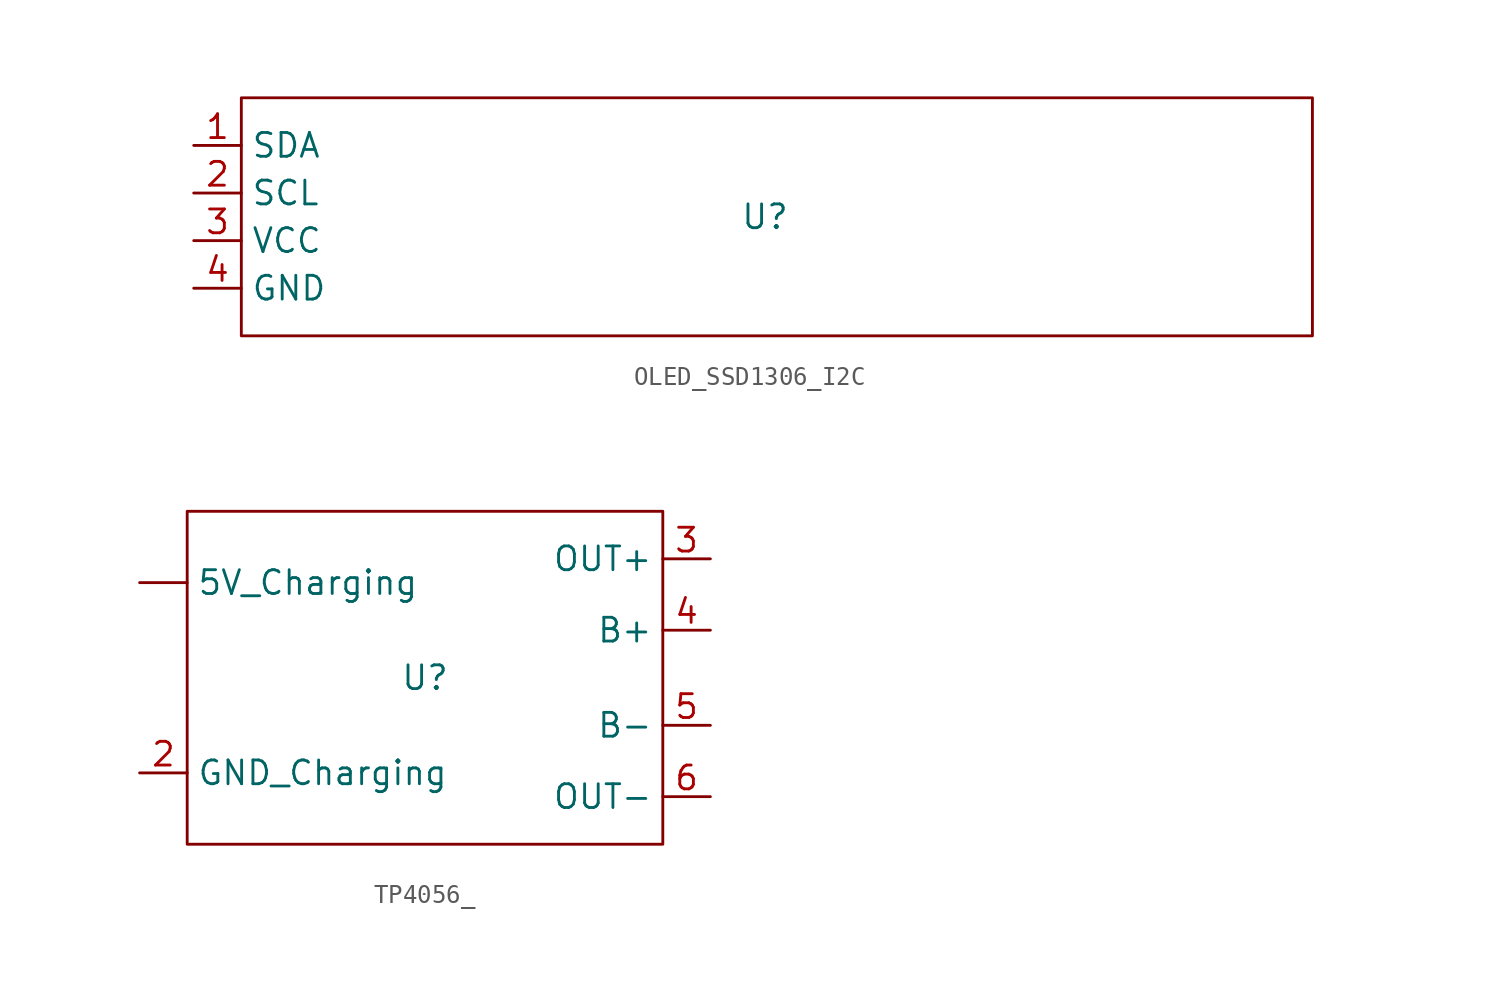
<source format=kicad_sym>
(kicad_symbol_lib
  (version 20241209)
  (generator "kicad_symbol_editor")
  (generator_version "9.0")
  (symbol "OLED_SSD1306_I2C"
    (property "Reference" "U"
      (at 0 0 0)
      (effects (font (size 1.27 1.27))))
    (property "Value" ""
      (at 0 0 0)
      (effects (font (size 1.27 1.27))))
    (symbol "OLED_SSD1306_I2C_0_1"
      (rectangle (start -27.94 6.35) (end 29.21 -6.35) (stroke (width 0) (type default)) (fill (type none))))
    (symbol "OLED_SSD1306_I2C_1_1"
      (pin input line (at -30.48 3.81 0) (length 2.54) (name "SDA" (effects (font (size 1.27 1.27)))) (number "1" (effects (font (size 1.27 1.27)))))
      (pin input line (at -30.48 1.27 0) (length 2.54) (name "SCL" (effects (font (size 1.27 1.27)))) (number "2" (effects (font (size 1.27 1.27)))))
      (pin power_in line (at -30.48 -1.27 0) (length 2.54) (name "VCC" (effects (font (size 1.27 1.27)))) (number "3" (effects (font (size 1.27 1.27)))))
      (pin power_in line (at -30.48 -3.81 0) (length 2.54) (name "GND" (effects (font (size 1.27 1.27)))) (number "4" (effects (font (size 1.27 1.27)))))))
  (symbol "TP4056_"
    (property "Reference" "U"
      (at 0 0 0)
      (effects (font (size 1.27 1.27))))
    (property "Value" ""
      (at 0 0 0)
      (effects (font (size 1.27 1.27))))
    (symbol "TP4056__0_1"
      (rectangle (start -12.7 8.89) (end 12.7 -8.89) (stroke (width 0) (type default)) (fill (type none))))
    (symbol "TP4056__1_1"
      (pin power_in line (at -15.24 5.08 0) (length 2.54) (name "5V_Charging" (effects (font (size 1.27 1.27)))) (number "" (effects (font (size 1.27 1.27)))))
      (pin power_in line (at -15.24 -5.08 0) (length 2.54) (name "GND_Charging" (effects (font (size 1.27 1.27)))) (number "2" (effects (font (size 1.27 1.27)))))
      (pin power_in line (at 15.24 6.35 180) (length 2.54) (name "OUT+" (effects (font (size 1.27 1.27)))) (number "3" (effects (font (size 1.27 1.27)))))
      (pin power_in line (at 15.24 2.54 180) (length 2.54) (name "B+" (effects (font (size 1.27 1.27)))) (number "4" (effects (font (size 1.27 1.27)))))
      (pin power_in line (at 15.24 -2.54 180) (length 2.54) (name "B-" (effects (font (size 1.27 1.27)))) (number "5" (effects (font (size 1.27 1.27)))))
      (pin power_in line (at 15.24 -6.35 180) (length 2.54) (name "OUT-" (effects (font (size 1.27 1.27)))) (number "6" (effects (font (size 1.27 1.27))))))))
</source>
